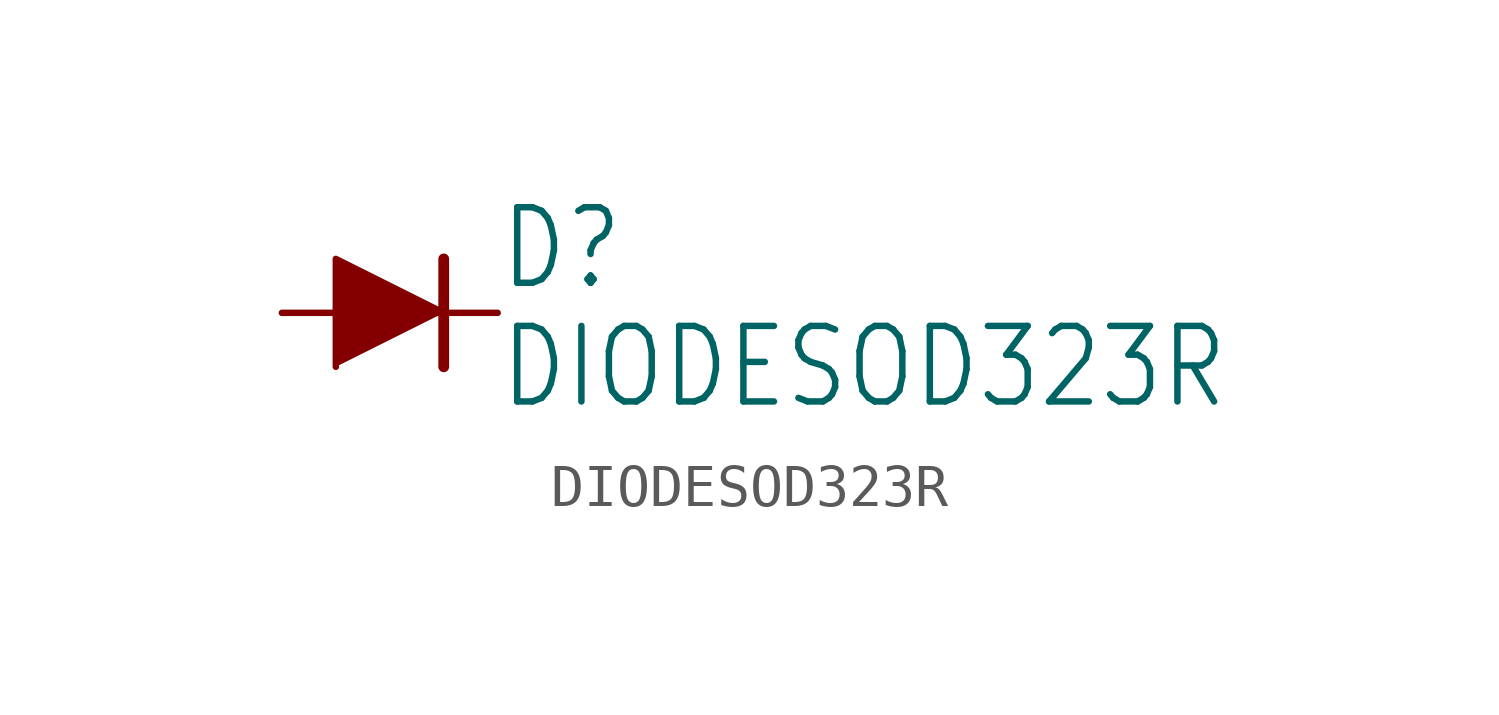
<source format=kicad_sym>
(kicad_symbol_lib
  (version 20211014)
  (generator kicad_symbol_editor)
  (symbol "DIODESOD323R"
    (property "Reference" "D"
      (at 2.54 0.483 0)
      (effects (font (size 1.778 1.511)) (justify left bottom)))
    (property "Value" "DIODESOD323R"
      (at 2.54 -2.311 0)
      (effects (font (size 1.778 1.511)) (justify left bottom)))
    (property "ki_locked" ""
      (at 0 0 0)
      (effects (font (size 1.27 1.27))))
    (symbol "DIODESOD323R_1_0"
      (polyline (pts (xy 1.27 0) (xy 1.27 -1.27)) (stroke (width 0.254) (type default) (color 0 0 0 0)) (fill (type none)))
      (polyline (pts (xy 1.27 1.27) (xy 1.27 0)) (stroke (width 0.254) (type default) (color 0 0 0 0)) (fill (type none)))
      (polyline (pts (xy 1.27 0) (xy -1.27 1.27) (xy -1.27 -1.27)) (stroke (width 0) (type default) (color 0 0 0 0)) (fill (type outline)))
      (pin passive line (at -2.54 0 0) (length 2.54) (name "A" (effects (font (size 0 0)))) (number "A" (effects (font (size 0 0)))))
      (pin passive line (at 2.54 0 180) (length 2.54) (name "C" (effects (font (size 0 0)))) (number "C" (effects (font (size 0 0))))))))
</source>
